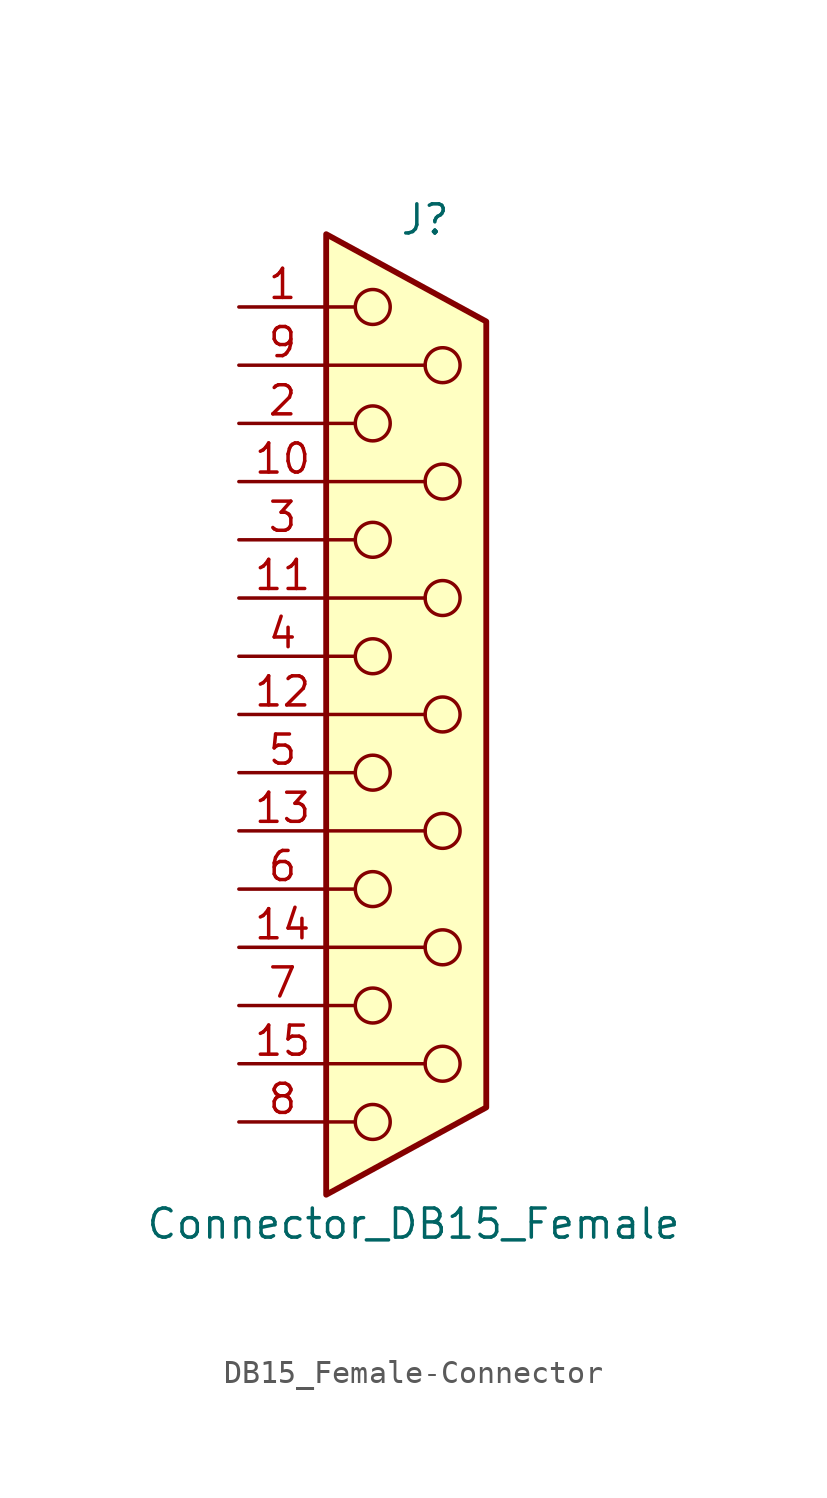
<source format=kicad_sym>
(kicad_symbol_lib
  (version 20220914)
  (generator kicad_symbol_editor)
  (symbol "DB15_Female-Connector"
    (pin_names
      (offset 1.016) hide)
    (property "Reference" "J"
      (at 0.508 21.59 0)
      (effects (font (size 1.27 1.27))))
    (property "Value" "Connector_DB15_Female"
      (at 0 -22.225 0)
      (effects (font (size 1.27 1.27))))
    (symbol "DB15_Female-Connector_0_1"
      (circle (center -1.778 -17.78) (radius 0.762) (stroke (width 0) (type solid)) (fill (type none)))
      (circle (center -1.778 -12.7) (radius 0.762) (stroke (width 0) (type solid)) (fill (type none)))
      (circle (center -1.778 -7.62) (radius 0.762) (stroke (width 0) (type solid)) (fill (type none)))
      (circle (center -1.778 -2.54) (radius 0.762) (stroke (width 0) (type solid)) (fill (type none)))
      (circle (center -1.778 2.54) (radius 0.762) (stroke (width 0) (type solid)) (fill (type none)))
      (circle (center -1.778 7.62) (radius 0.762) (stroke (width 0) (type solid)) (fill (type none)))
      (circle (center -1.778 12.7) (radius 0.762) (stroke (width 0) (type solid)) (fill (type none)))
      (circle (center -1.778 17.78) (radius 0.762) (stroke (width 0) (type solid)) (fill (type none)))
      (polyline (pts (xy -3.81 -17.78) (xy -2.54 -17.78)) (stroke (width 0) (type solid)) (fill (type none)))
      (polyline (pts (xy -3.81 -15.24) (xy 0.508 -15.24)) (stroke (width 0) (type solid)) (fill (type none)))
      (polyline (pts (xy -3.81 -12.7) (xy -2.54 -12.7)) (stroke (width 0) (type solid)) (fill (type none)))
      (polyline (pts (xy -3.81 -10.16) (xy 0.508 -10.16)) (stroke (width 0) (type solid)) (fill (type none)))
      (polyline (pts (xy -3.81 -7.62) (xy -2.54 -7.62)) (stroke (width 0) (type solid)) (fill (type none)))
      (polyline (pts (xy -3.81 -5.08) (xy 0.508 -5.08)) (stroke (width 0) (type solid)) (fill (type none)))
      (polyline (pts (xy -3.81 -2.54) (xy -2.54 -2.54)) (stroke (width 0) (type solid)) (fill (type none)))
      (polyline (pts (xy -3.81 0) (xy 0.508 0)) (stroke (width 0) (type solid)) (fill (type none)))
      (polyline (pts (xy -3.81 2.54) (xy -2.54 2.54)) (stroke (width 0) (type solid)) (fill (type none)))
      (polyline (pts (xy -3.81 5.08) (xy 0.508 5.08)) (stroke (width 0) (type solid)) (fill (type none)))
      (polyline (pts (xy -3.81 7.62) (xy -2.54 7.62)) (stroke (width 0) (type solid)) (fill (type none)))
      (polyline (pts (xy -3.81 10.16) (xy 0.508 10.16)) (stroke (width 0) (type solid)) (fill (type none)))
      (polyline (pts (xy -3.81 12.7) (xy -2.54 12.7)) (stroke (width 0) (type solid)) (fill (type none)))
      (polyline (pts (xy -3.81 15.24) (xy 0.508 15.24)) (stroke (width 0) (type solid)) (fill (type none)))
      (polyline (pts (xy -3.81 17.78) (xy -2.54 17.78)) (stroke (width 0) (type solid)) (fill (type none)))
      (polyline (pts (xy -3.81 20.955) (xy 3.175 17.145) (xy 3.175 -17.145) (xy -3.81 -20.955) (xy -3.81 20.955)) (stroke (width 0.254) (type solid)) (fill (type background)))
      (circle (center 1.27 -15.24) (radius 0.762) (stroke (width 0) (type solid)) (fill (type none)))
      (circle (center 1.27 -10.16) (radius 0.762) (stroke (width 0) (type solid)) (fill (type none)))
      (circle (center 1.27 -5.08) (radius 0.762) (stroke (width 0) (type solid)) (fill (type none)))
      (circle (center 1.27 0) (radius 0.762) (stroke (width 0) (type solid)) (fill (type none)))
      (circle (center 1.27 5.08) (radius 0.762) (stroke (width 0) (type solid)) (fill (type none)))
      (circle (center 1.27 10.16) (radius 0.762) (stroke (width 0) (type solid)) (fill (type none)))
      (circle (center 1.27 15.24) (radius 0.762) (stroke (width 0) (type solid)) (fill (type none))))
    (symbol "DB15_Female-Connector_1_1"
      (pin passive line (at -7.62 17.78 0) (length 3.81) (name "1" (effects (font (size 1.27 1.27)))) (number "1" (effects (font (size 1.27 1.27)))))
      (pin passive line (at -7.62 10.16 0) (length 3.81) (name "P10" (effects (font (size 1.27 1.27)))) (number "10" (effects (font (size 1.27 1.27)))))
      (pin passive line (at -7.62 5.08 0) (length 3.81) (name "P111" (effects (font (size 1.27 1.27)))) (number "11" (effects (font (size 1.27 1.27)))))
      (pin passive line (at -7.62 0 0) (length 3.81) (name "P12" (effects (font (size 1.27 1.27)))) (number "12" (effects (font (size 1.27 1.27)))))
      (pin passive line (at -7.62 -5.08 0) (length 3.81) (name "P13" (effects (font (size 1.27 1.27)))) (number "13" (effects (font (size 1.27 1.27)))))
      (pin passive line (at -7.62 -10.16 0) (length 3.81) (name "P14" (effects (font (size 1.27 1.27)))) (number "14" (effects (font (size 1.27 1.27)))))
      (pin passive line (at -7.62 -15.24 0) (length 3.81) (name "P15" (effects (font (size 1.27 1.27)))) (number "15" (effects (font (size 1.27 1.27)))))
      (pin passive line (at -7.62 12.7 0) (length 3.81) (name "2" (effects (font (size 1.27 1.27)))) (number "2" (effects (font (size 1.27 1.27)))))
      (pin passive line (at -7.62 7.62 0) (length 3.81) (name "3" (effects (font (size 1.27 1.27)))) (number "3" (effects (font (size 1.27 1.27)))))
      (pin passive line (at -7.62 2.54 0) (length 3.81) (name "4" (effects (font (size 1.27 1.27)))) (number "4" (effects (font (size 1.27 1.27)))))
      (pin passive line (at -7.62 -2.54 0) (length 3.81) (name "5" (effects (font (size 1.27 1.27)))) (number "5" (effects (font (size 1.27 1.27)))))
      (pin passive line (at -7.62 -7.62 0) (length 3.81) (name "6" (effects (font (size 1.27 1.27)))) (number "6" (effects (font (size 1.27 1.27)))))
      (pin passive line (at -7.62 -12.7 0) (length 3.81) (name "7" (effects (font (size 1.27 1.27)))) (number "7" (effects (font (size 1.27 1.27)))))
      (pin passive line (at -7.62 -17.78 0) (length 3.81) (name "8" (effects (font (size 1.27 1.27)))) (number "8" (effects (font (size 1.27 1.27)))))
      (pin passive line (at -7.62 15.24 0) (length 3.81) (name "P9" (effects (font (size 1.27 1.27)))) (number "9" (effects (font (size 1.27 1.27))))))))
</source>
